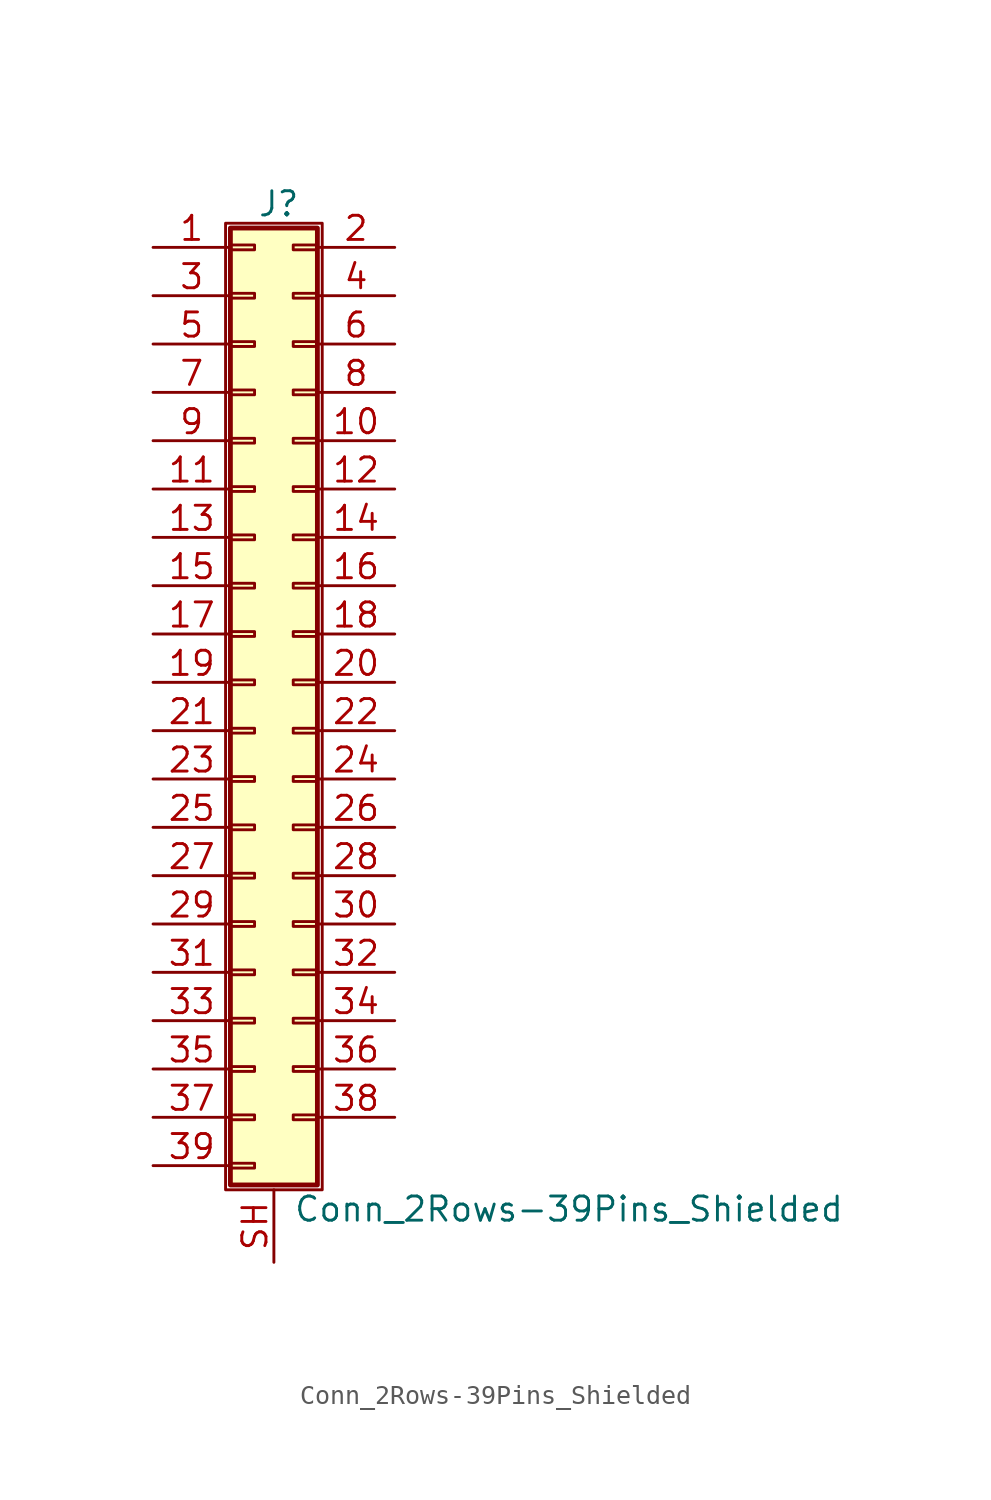
<source format=kicad_sym>
(kicad_symbol_lib
  (version 20201005)
  (generator kicad_symbol_editor)
  (symbol "Conn_2Rows-39Pins_Shielded"
    (pin_names
      (offset 1.016) hide)
    (property "Reference" "J"
      (at 1.524 25.146 0)
      (effects (font (size 1.27 1.27))))
    (property "Value" "Conn_2Rows-39Pins_Shielded"
      (at 2.286 -27.686 0)
      (effects (font (size 1.27 1.27)) (justify left)))
    (symbol "Conn_2Rows-39Pins_Shielded_1_1"
      (rectangle (start -1.27 24.13) (end 3.81 -26.67) (stroke (width 0.152)) (fill (type none)))
      (rectangle (start -1.016 -25.273) (end 0.254 -25.527) (stroke (width 0.152)) (fill (type none)))
      (rectangle (start -1.016 -22.733) (end 0.254 -22.987) (stroke (width 0.152)) (fill (type none)))
      (rectangle (start -1.016 -20.193) (end 0.254 -20.447) (stroke (width 0.152)) (fill (type none)))
      (rectangle (start -1.016 -17.653) (end 0.254 -17.907) (stroke (width 0.152)) (fill (type none)))
      (rectangle (start -1.016 -15.113) (end 0.254 -15.367) (stroke (width 0.152)) (fill (type none)))
      (rectangle (start -1.016 -12.573) (end 0.254 -12.827) (stroke (width 0.152)) (fill (type none)))
      (rectangle (start -1.016 -10.033) (end 0.254 -10.287) (stroke (width 0.152)) (fill (type none)))
      (rectangle (start -1.016 -7.493) (end 0.254 -7.747) (stroke (width 0.152)) (fill (type none)))
      (rectangle (start -1.016 -4.953) (end 0.254 -5.207) (stroke (width 0.152)) (fill (type none)))
      (rectangle (start -1.016 -2.413) (end 0.254 -2.667) (stroke (width 0.152)) (fill (type none)))
      (rectangle (start -1.016 0.127) (end 0.254 -0.127) (stroke (width 0.152)) (fill (type none)))
      (rectangle (start -1.016 2.667) (end 0.254 2.413) (stroke (width 0.152)) (fill (type none)))
      (rectangle (start -1.016 5.207) (end 0.254 4.953) (stroke (width 0.152)) (fill (type none)))
      (rectangle (start -1.016 7.747) (end 0.254 7.493) (stroke (width 0.152)) (fill (type none)))
      (rectangle (start -1.016 10.287) (end 0.254 10.033) (stroke (width 0.152)) (fill (type none)))
      (rectangle (start -1.016 12.827) (end 0.254 12.573) (stroke (width 0.152)) (fill (type none)))
      (rectangle (start -1.016 15.367) (end 0.254 15.113) (stroke (width 0.152)) (fill (type none)))
      (rectangle (start -1.016 17.907) (end 0.254 17.653) (stroke (width 0.152)) (fill (type none)))
      (rectangle (start -1.016 20.447) (end 0.254 20.193) (stroke (width 0.152)) (fill (type none)))
      (rectangle (start -1.016 22.987) (end 0.254 22.733) (stroke (width 0.152)) (fill (type none)))
      (rectangle (start 3.556 -22.733) (end 2.286 -22.987) (stroke (width 0.152)) (fill (type none)))
      (rectangle (start 3.556 -20.193) (end 2.286 -20.447) (stroke (width 0.152)) (fill (type none)))
      (rectangle (start 3.556 -17.653) (end 2.286 -17.907) (stroke (width 0.152)) (fill (type none)))
      (rectangle (start 3.556 -15.113) (end 2.286 -15.367) (stroke (width 0.152)) (fill (type none)))
      (rectangle (start 3.556 -12.573) (end 2.286 -12.827) (stroke (width 0.152)) (fill (type none)))
      (rectangle (start 3.556 -10.033) (end 2.286 -10.287) (stroke (width 0.152)) (fill (type none)))
      (rectangle (start 3.556 -7.493) (end 2.286 -7.747) (stroke (width 0.152)) (fill (type none)))
      (rectangle (start 3.556 -4.953) (end 2.286 -5.207) (stroke (width 0.152)) (fill (type none)))
      (rectangle (start 3.556 -2.413) (end 2.286 -2.667) (stroke (width 0.152)) (fill (type none)))
      (rectangle (start 3.556 0.127) (end 2.286 -0.127) (stroke (width 0.152)) (fill (type none)))
      (rectangle (start 3.556 2.667) (end 2.286 2.413) (stroke (width 0.152)) (fill (type none)))
      (rectangle (start 3.556 5.207) (end 2.286 4.953) (stroke (width 0.152)) (fill (type none)))
      (rectangle (start 3.556 7.747) (end 2.286 7.493) (stroke (width 0.152)) (fill (type none)))
      (rectangle (start 3.556 10.287) (end 2.286 10.033) (stroke (width 0.152)) (fill (type none)))
      (rectangle (start 3.556 12.827) (end 2.286 12.573) (stroke (width 0.152)) (fill (type none)))
      (rectangle (start 3.556 15.367) (end 2.286 15.113) (stroke (width 0.152)) (fill (type none)))
      (rectangle (start 3.556 17.907) (end 2.286 17.653) (stroke (width 0.152)) (fill (type none)))
      (rectangle (start 3.556 20.447) (end 2.286 20.193) (stroke (width 0.152)) (fill (type none)))
      (rectangle (start 3.556 22.987) (end 2.286 22.733) (stroke (width 0.152)) (fill (type none)))
      (rectangle (start -1.016 23.876) (end 3.556 -26.416) (stroke (width 0.254)) (fill (type background)))
      (pin passive line (at -5.08 22.86 0) (length 4.064) (name "Pin_1" (effects (font (size 1.27 1.27)))) (number "1" (effects (font (size 1.27 1.27)))))
      (pin passive line (at 7.62 12.7 180) (length 4.064) (name "Pin_10" (effects (font (size 1.27 1.27)))) (number "10" (effects (font (size 1.27 1.27)))))
      (pin passive line (at -5.08 10.16 0) (length 4.064) (name "Pin_11" (effects (font (size 1.27 1.27)))) (number "11" (effects (font (size 1.27 1.27)))))
      (pin passive line (at 7.62 10.16 180) (length 4.064) (name "Pin_12" (effects (font (size 1.27 1.27)))) (number "12" (effects (font (size 1.27 1.27)))))
      (pin passive line (at -5.08 7.62 0) (length 4.064) (name "Pin_13" (effects (font (size 1.27 1.27)))) (number "13" (effects (font (size 1.27 1.27)))))
      (pin passive line (at 7.62 7.62 180) (length 4.064) (name "Pin_14" (effects (font (size 1.27 1.27)))) (number "14" (effects (font (size 1.27 1.27)))))
      (pin passive line (at -5.08 5.08 0) (length 4.064) (name "Pin_15" (effects (font (size 1.27 1.27)))) (number "15" (effects (font (size 1.27 1.27)))))
      (pin passive line (at 7.62 5.08 180) (length 4.064) (name "Pin_16" (effects (font (size 1.27 1.27)))) (number "16" (effects (font (size 1.27 1.27)))))
      (pin passive line (at -5.08 2.54 0) (length 4.064) (name "Pin_17" (effects (font (size 1.27 1.27)))) (number "17" (effects (font (size 1.27 1.27)))))
      (pin passive line (at 7.62 2.54 180) (length 4.064) (name "Pin_18" (effects (font (size 1.27 1.27)))) (number "18" (effects (font (size 1.27 1.27)))))
      (pin passive line (at -5.08 0 0) (length 4.064) (name "Pin_19" (effects (font (size 1.27 1.27)))) (number "19" (effects (font (size 1.27 1.27)))))
      (pin passive line (at 7.62 22.86 180) (length 4.064) (name "Pin_2" (effects (font (size 1.27 1.27)))) (number "2" (effects (font (size 1.27 1.27)))))
      (pin passive line (at 7.62 0 180) (length 4.064) (name "Pin_20" (effects (font (size 1.27 1.27)))) (number "20" (effects (font (size 1.27 1.27)))))
      (pin passive line (at -5.08 -2.54 0) (length 4.064) (name "Pin_21" (effects (font (size 1.27 1.27)))) (number "21" (effects (font (size 1.27 1.27)))))
      (pin passive line (at 7.62 -2.54 180) (length 4.064) (name "Pin_22" (effects (font (size 1.27 1.27)))) (number "22" (effects (font (size 1.27 1.27)))))
      (pin passive line (at -5.08 -5.08 0) (length 4.064) (name "Pin_23" (effects (font (size 1.27 1.27)))) (number "23" (effects (font (size 1.27 1.27)))))
      (pin passive line (at 7.62 -5.08 180) (length 4.064) (name "Pin_24" (effects (font (size 1.27 1.27)))) (number "24" (effects (font (size 1.27 1.27)))))
      (pin passive line (at -5.08 -7.62 0) (length 4.064) (name "Pin_25" (effects (font (size 1.27 1.27)))) (number "25" (effects (font (size 1.27 1.27)))))
      (pin passive line (at 7.62 -7.62 180) (length 4.064) (name "Pin_26" (effects (font (size 1.27 1.27)))) (number "26" (effects (font (size 1.27 1.27)))))
      (pin passive line (at -5.08 -10.16 0) (length 4.064) (name "Pin_27" (effects (font (size 1.27 1.27)))) (number "27" (effects (font (size 1.27 1.27)))))
      (pin passive line (at 7.62 -10.16 180) (length 4.064) (name "Pin_28" (effects (font (size 1.27 1.27)))) (number "28" (effects (font (size 1.27 1.27)))))
      (pin passive line (at -5.08 -12.7 0) (length 4.064) (name "Pin_29" (effects (font (size 1.27 1.27)))) (number "29" (effects (font (size 1.27 1.27)))))
      (pin passive line (at -5.08 20.32 0) (length 4.064) (name "Pin_3" (effects (font (size 1.27 1.27)))) (number "3" (effects (font (size 1.27 1.27)))))
      (pin passive line (at 7.62 -12.7 180) (length 4.064) (name "Pin_30" (effects (font (size 1.27 1.27)))) (number "30" (effects (font (size 1.27 1.27)))))
      (pin passive line (at -5.08 -15.24 0) (length 4.064) (name "Pin_31" (effects (font (size 1.27 1.27)))) (number "31" (effects (font (size 1.27 1.27)))))
      (pin passive line (at 7.62 -15.24 180) (length 4.064) (name "Pin_32" (effects (font (size 1.27 1.27)))) (number "32" (effects (font (size 1.27 1.27)))))
      (pin passive line (at -5.08 -17.78 0) (length 4.064) (name "Pin_33" (effects (font (size 1.27 1.27)))) (number "33" (effects (font (size 1.27 1.27)))))
      (pin passive line (at 7.62 -17.78 180) (length 4.064) (name "Pin_34" (effects (font (size 1.27 1.27)))) (number "34" (effects (font (size 1.27 1.27)))))
      (pin passive line (at -5.08 -20.32 0) (length 4.064) (name "Pin_35" (effects (font (size 1.27 1.27)))) (number "35" (effects (font (size 1.27 1.27)))))
      (pin passive line (at 7.62 -20.32 180) (length 4.064) (name "Pin_36" (effects (font (size 1.27 1.27)))) (number "36" (effects (font (size 1.27 1.27)))))
      (pin passive line (at -5.08 -22.86 0) (length 4.064) (name "Pin_37" (effects (font (size 1.27 1.27)))) (number "37" (effects (font (size 1.27 1.27)))))
      (pin passive line (at 7.62 -22.86 180) (length 4.064) (name "Pin_38" (effects (font (size 1.27 1.27)))) (number "38" (effects (font (size 1.27 1.27)))))
      (pin passive line (at -5.08 -25.4 0) (length 4.064) (name "Pin_39" (effects (font (size 1.27 1.27)))) (number "39" (effects (font (size 1.27 1.27)))))
      (pin passive line (at 7.62 20.32 180) (length 4.064) (name "Pin_4" (effects (font (size 1.27 1.27)))) (number "4" (effects (font (size 1.27 1.27)))))
      (pin passive line (at -5.08 17.78 0) (length 4.064) (name "Pin_5" (effects (font (size 1.27 1.27)))) (number "5" (effects (font (size 1.27 1.27)))))
      (pin passive line (at 7.62 17.78 180) (length 4.064) (name "Pin_6" (effects (font (size 1.27 1.27)))) (number "6" (effects (font (size 1.27 1.27)))))
      (pin passive line (at -5.08 15.24 0) (length 4.064) (name "Pin_7" (effects (font (size 1.27 1.27)))) (number "7" (effects (font (size 1.27 1.27)))))
      (pin passive line (at 7.62 15.24 180) (length 4.064) (name "Pin_8" (effects (font (size 1.27 1.27)))) (number "8" (effects (font (size 1.27 1.27)))))
      (pin passive line (at -5.08 12.7 0) (length 4.064) (name "Pin_9" (effects (font (size 1.27 1.27)))) (number "9" (effects (font (size 1.27 1.27)))))
      (pin passive line (at 1.27 -30.48 90) (length 3.81) (name "Shield" (effects (font (size 1.27 1.27)))) (number "SH" (effects (font (size 1.27 1.27))))))))
</source>
